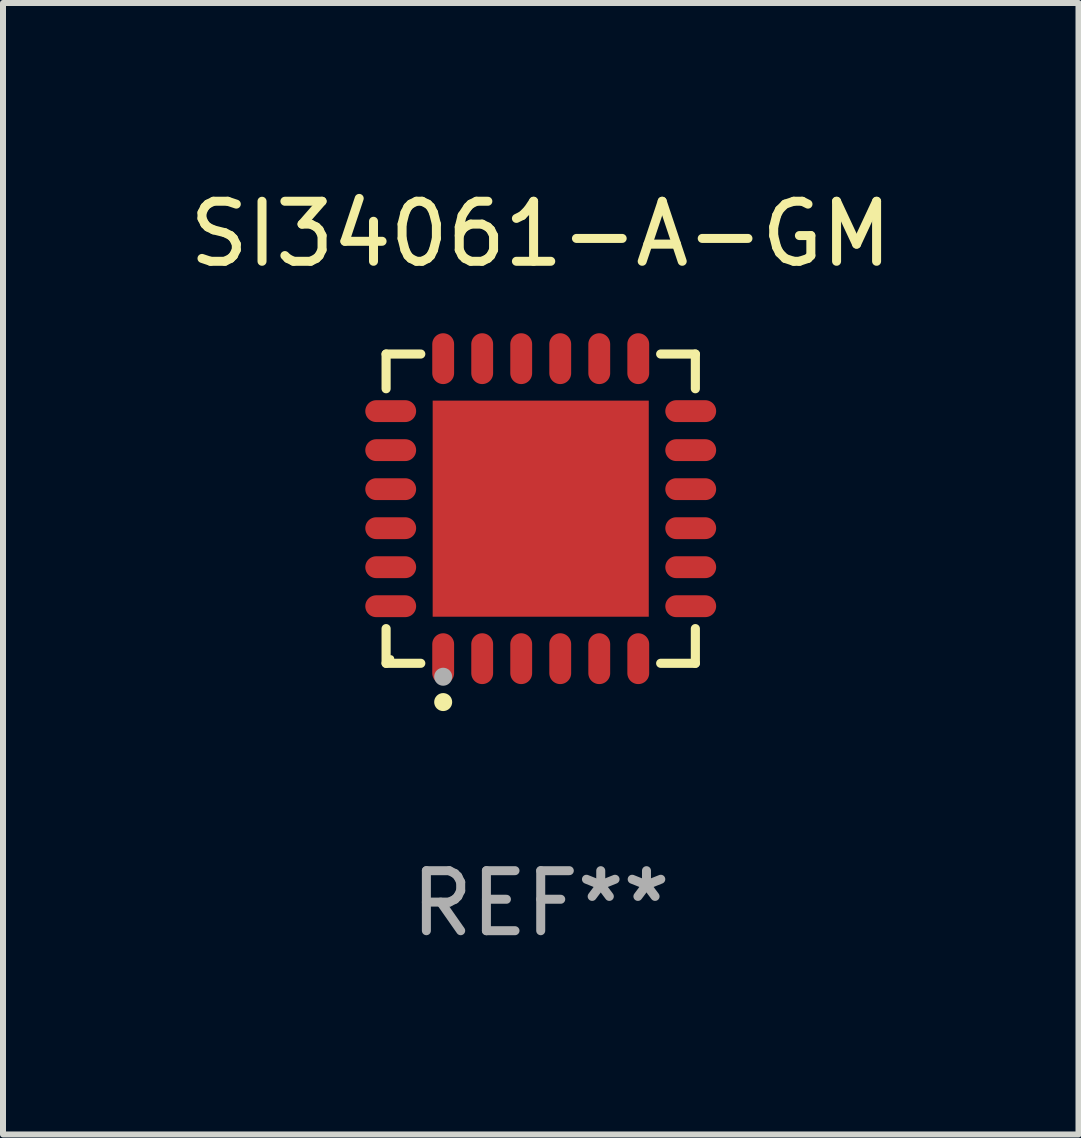
<source format=kicad_pcb>
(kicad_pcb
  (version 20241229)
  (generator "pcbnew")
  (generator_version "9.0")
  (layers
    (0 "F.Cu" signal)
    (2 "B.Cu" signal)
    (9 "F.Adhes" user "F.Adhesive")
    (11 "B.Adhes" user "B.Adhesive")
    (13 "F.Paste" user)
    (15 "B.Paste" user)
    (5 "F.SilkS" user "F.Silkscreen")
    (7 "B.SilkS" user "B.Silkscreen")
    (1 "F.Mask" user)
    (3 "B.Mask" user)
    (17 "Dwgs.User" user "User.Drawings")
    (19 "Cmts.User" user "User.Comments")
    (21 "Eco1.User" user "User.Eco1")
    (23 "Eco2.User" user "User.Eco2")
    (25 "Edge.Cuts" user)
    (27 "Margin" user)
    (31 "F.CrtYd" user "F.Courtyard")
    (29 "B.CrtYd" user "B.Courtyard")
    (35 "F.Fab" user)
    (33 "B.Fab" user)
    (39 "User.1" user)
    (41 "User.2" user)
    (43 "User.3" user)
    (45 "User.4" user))
  (footprint "SI34061-A-GM"
    (layer "F.Cu")
    (at 5.958 5.424)
    (property "Reference" "SI34061-A-GM" (at 0 -4.576 0) (layer "F.SilkS") (effects (font (size 1 1) (thickness 0.15))))
    (attr through_hole)
    (fp_line (start -2.576 -2.576) (end -1.998 -2.576) (stroke (width 0.152) (type solid)) (layer "F.SilkS"))
    (fp_line (start -2.576 -1.998) (end -2.576 -2.576) (stroke (width 0.152) (type solid)) (layer "F.SilkS"))
    (fp_line (start -2.576 1.998) (end -2.576 2.576) (stroke (width 0.152) (type solid)) (layer "F.SilkS"))
    (fp_line (start -2.576 2.576) (end -1.998 2.576) (stroke (width 0.152) (type solid)) (layer "F.SilkS"))
    (fp_line (start 2.576 -2.576) (end 1.998 -2.576) (stroke (width 0.152) (type solid)) (layer "F.SilkS"))
    (fp_line (start 2.576 -1.998) (end 2.576 -2.576) (stroke (width 0.152) (type solid)) (layer "F.SilkS"))
    (fp_line (start 2.576 1.998) (end 2.576 2.576) (stroke (width 0.152) (type solid)) (layer "F.SilkS"))
    (fp_line (start 2.576 2.576) (end 1.998 2.576) (stroke (width 0.152) (type solid)) (layer "F.SilkS"))
    (fp_circle (center -2.5 2.5) (end -2.47 2.5) (stroke (width 0.06) (type solid)) (fill no) (layer "F.SilkS"))
    (fp_circle (center -1.625 3.222) (end -1.55 3.222) (stroke (width 0.15) (type solid)) (fill no) (layer "F.SilkS"))
    (fp_circle (center -1.625 2.8) (end -1.55 2.8) (stroke (width 0.15) (type solid)) (fill no) (layer "F.Fab"))
    (fp_text user "REF**" (at 0 6.576 0) (layer "F.Fab") (effects (font (size 1 1) (thickness 0.15))))
    (pad "1" smd oval (at -1.625 2.499) (size 0.364 0.847) (layers "F.Cu" "F.Mask" "F.Paste"))
    (pad "2" smd oval (at -0.975 2.499) (size 0.364 0.847) (layers "F.Cu" "F.Mask" "F.Paste"))
    (pad "3" smd oval (at -0.325 2.499) (size 0.364 0.847) (layers "F.Cu" "F.Mask" "F.Paste"))
    (pad "4" smd oval (at 0.325 2.499) (size 0.364 0.847) (layers "F.Cu" "F.Mask" "F.Paste"))
    (pad "5" smd oval (at 0.975 2.499) (size 0.364 0.847) (layers "F.Cu" "F.Mask" "F.Paste"))
    (pad "6" smd oval (at 1.625 2.499) (size 0.364 0.847) (layers "F.Cu" "F.Mask" "F.Paste"))
    (pad "7" smd oval (at 2.499 1.625) (size 0.847 0.364) (layers "F.Cu" "F.Mask" "F.Paste"))
    (pad "8" smd oval (at 2.499 0.975) (size 0.847 0.364) (layers "F.Cu" "F.Mask" "F.Paste"))
    (pad "9" smd oval (at 2.499 0.325) (size 0.847 0.364) (layers "F.Cu" "F.Mask" "F.Paste"))
    (pad "10" smd oval (at 2.499 -0.325) (size 0.847 0.364) (layers "F.Cu" "F.Mask" "F.Paste"))
    (pad "11" smd oval (at 2.499 -0.975) (size 0.847 0.364) (layers "F.Cu" "F.Mask" "F.Paste"))
    (pad "12" smd oval (at 2.499 -1.625) (size 0.847 0.364) (layers "F.Cu" "F.Mask" "F.Paste"))
    (pad "13" smd oval (at 1.625 -2.499) (size 0.364 0.847) (layers "F.Cu" "F.Mask" "F.Paste"))
    (pad "14" smd oval (at 0.975 -2.499) (size 0.364 0.847) (layers "F.Cu" "F.Mask" "F.Paste"))
    (pad "15" smd oval (at 0.325 -2.499) (size 0.364 0.847) (layers "F.Cu" "F.Mask" "F.Paste"))
    (pad "16" smd oval (at -0.325 -2.499) (size 0.364 0.847) (layers "F.Cu" "F.Mask" "F.Paste"))
    (pad "17" smd oval (at -0.975 -2.499) (size 0.364 0.847) (layers "F.Cu" "F.Mask" "F.Paste"))
    (pad "18" smd oval (at -1.625 -2.499) (size 0.364 0.847) (layers "F.Cu" "F.Mask" "F.Paste"))
    (pad "19" smd oval (at -2.499 -1.625) (size 0.847 0.364) (layers "F.Cu" "F.Mask" "F.Paste"))
    (pad "20" smd oval (at -2.499 -0.975) (size 0.847 0.364) (layers "F.Cu" "F.Mask" "F.Paste"))
    (pad "21" smd oval (at -2.499 -0.325) (size 0.847 0.364) (layers "F.Cu" "F.Mask" "F.Paste"))
    (pad "22" smd oval (at -2.499 0.325) (size 0.847 0.364) (layers "F.Cu" "F.Mask" "F.Paste"))
    (pad "23" smd oval (at -2.499 0.975) (size 0.847 0.364) (layers "F.Cu" "F.Mask" "F.Paste"))
    (pad "24" smd oval (at -2.499 1.625) (size 0.847 0.364) (layers "F.Cu" "F.Mask" "F.Paste"))
    (pad "25" smd rect (at 0 0) (size 3.6 3.6) (layers "F.Cu" "F.Mask" "F.Paste")))
  (gr_rect
    (start -3 -3)
    (end 14.917 15.849)
    (stroke (width 0.1) (type default))
    (fill no)
    (layer "Edge.Cuts")))
</source>
